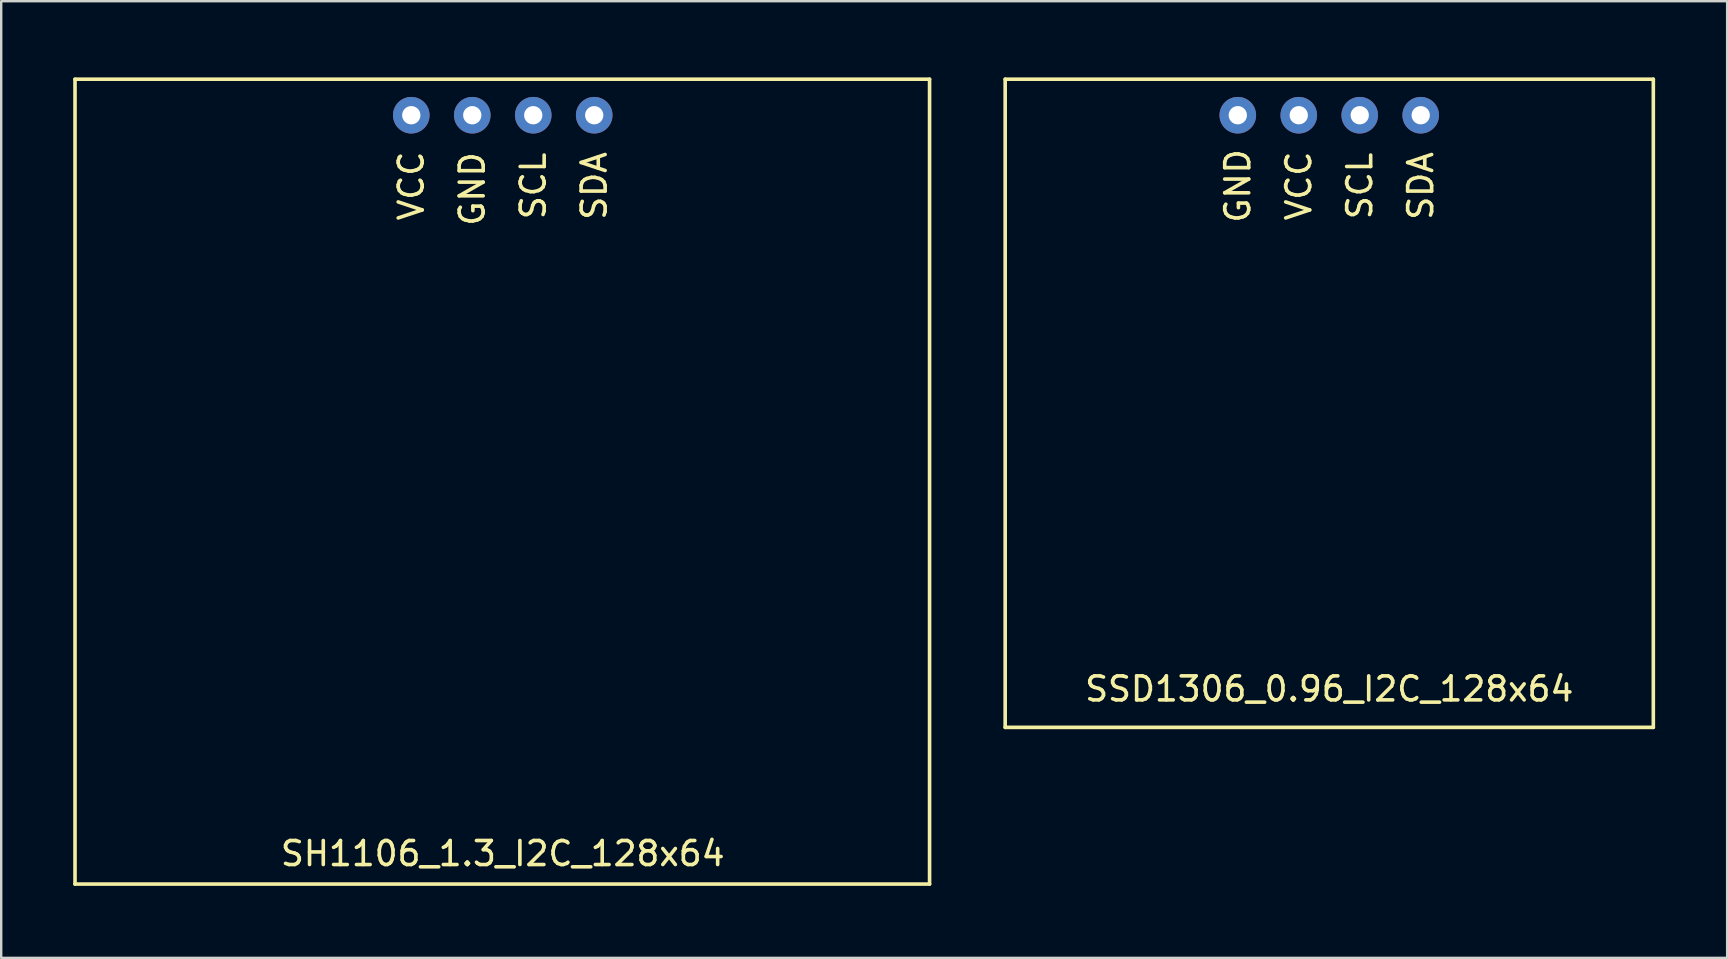
<source format=kicad_pcb>
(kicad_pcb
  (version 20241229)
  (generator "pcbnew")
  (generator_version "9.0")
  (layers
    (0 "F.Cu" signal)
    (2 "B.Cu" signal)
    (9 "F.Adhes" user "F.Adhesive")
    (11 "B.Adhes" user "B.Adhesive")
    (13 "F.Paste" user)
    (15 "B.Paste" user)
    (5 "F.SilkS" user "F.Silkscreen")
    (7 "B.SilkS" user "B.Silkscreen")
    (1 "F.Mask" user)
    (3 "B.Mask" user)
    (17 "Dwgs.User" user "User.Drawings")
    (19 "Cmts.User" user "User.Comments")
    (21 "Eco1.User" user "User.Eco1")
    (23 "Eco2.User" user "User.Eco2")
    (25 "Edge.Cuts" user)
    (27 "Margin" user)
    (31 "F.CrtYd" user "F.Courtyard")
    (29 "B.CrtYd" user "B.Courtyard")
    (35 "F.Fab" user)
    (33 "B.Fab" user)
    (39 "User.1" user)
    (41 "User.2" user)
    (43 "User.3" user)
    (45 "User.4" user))
  (footprint "SH1106_1.3_I2C_128x64"
    (layer "F.Cu")
    (at 13.575 0.25)
    (property "Reference" "SH1106_1.3_I2C_128x64" (at 4.318 32.258 0) (layer "F.SilkS") (effects (font (size 1 1) (thickness 0.15))))
    (attr through_hole)
    (fp_line (start -13.5 0) (end 22.098 0) (stroke (width 0.15) (type solid)) (layer "F.SilkS"))
    (fp_line (start -13.5 33.528) (end -13.5 0) (stroke (width 0.15) (type solid)) (layer "F.SilkS"))
    (fp_line (start 22.098 0) (end 22.098 33.528) (stroke (width 0.15) (type solid)) (layer "F.SilkS"))
    (fp_line (start 22.098 33.528) (end -13.5 33.528) (stroke (width 0.15) (type solid)) (layer "F.SilkS"))
    (fp_text user "SCL" (at 5.588 4.445 90) (layer "F.SilkS") (effects (font (size 1 1) (thickness 0.15))))
    (fp_text user "GND" (at 3.048 4.572 270) (layer "F.SilkS") (effects (font (size 1 1) (thickness 0.15))))
    (fp_text user "VCC" (at 0.508 4.445 90) (layer "F.SilkS") (effects (font (size 1 1) (thickness 0.15))))
    (fp_text user "SDA" (at 8.128 4.445 90) (layer "F.SilkS") (effects (font (size 1 1) (thickness 0.15))))
    (pad "1" thru_hole circle (at 0.508 1.5) (size 1.524 1.524) (drill 0.762) (layers "*.Cu" "*.Mask"))
    (pad "2" thru_hole circle (at 3.048 1.5) (size 1.524 1.524) (drill 0.762) (layers "*.Cu" "*.Mask"))
    (pad "3" thru_hole circle (at 5.588 1.5) (size 1.524 1.524) (drill 0.762) (layers "*.Cu" "*.Mask"))
    (pad "4" thru_hole circle (at 8.128 1.5) (size 1.524 1.524) (drill 0.762) (layers "*.Cu" "*.Mask")))
  (footprint "SSD1306_0.96_I2C_128x64"
    (layer "F.Cu")
    (at 52.323 0.25)
    (property "Reference" "SSD1306_0.96_I2C_128x64" (at 0 25.4 0) (layer "F.SilkS") (effects (font (size 1 1) (thickness 0.15))))
    (attr through_hole)
    (fp_line (start -13.5 0) (end 13.5 0) (stroke (width 0.15) (type solid)) (layer "F.SilkS"))
    (fp_line (start -13.5 27) (end -13.5 0) (stroke (width 0.15) (type solid)) (layer "F.SilkS"))
    (fp_line (start 13.5 0) (end 13.5 27) (stroke (width 0.15) (type solid)) (layer "F.SilkS"))
    (fp_line (start 13.5 27) (end -13.5 27) (stroke (width 0.15) (type solid)) (layer "F.SilkS"))
    (fp_text user "SCL" (at 1.27 4.445 90) (layer "F.SilkS") (effects (font (size 1 1) (thickness 0.15))))
    (fp_text user "VCC" (at -1.27 4.445 90) (layer "F.SilkS") (effects (font (size 1 1) (thickness 0.15))))
    (fp_text user "SDA" (at 3.81 4.445 90) (layer "F.SilkS") (effects (font (size 1 1) (thickness 0.15))))
    (fp_text user "GND" (at -3.81 4.445 270) (layer "F.SilkS") (effects (font (size 1 1) (thickness 0.15))))
    (pad "1" thru_hole circle (at -3.81 1.5) (size 1.524 1.524) (drill 0.762) (layers "*.Cu" "*.Mask"))
    (pad "2" thru_hole circle (at -1.27 1.5) (size 1.524 1.524) (drill 0.762) (layers "*.Cu" "*.Mask"))
    (pad "3" thru_hole circle (at 1.27 1.5) (size 1.524 1.524) (drill 0.762) (layers "*.Cu" "*.Mask"))
    (pad "4" thru_hole circle (at 3.81 1.5) (size 1.524 1.524) (drill 0.762) (layers "*.Cu" "*.Mask")))
  (gr_rect
    (start -3 -3)
    (end 68.898 36.853)
    (stroke (width 0.1) (type default))
    (fill no)
    (layer "Edge.Cuts")))
</source>
